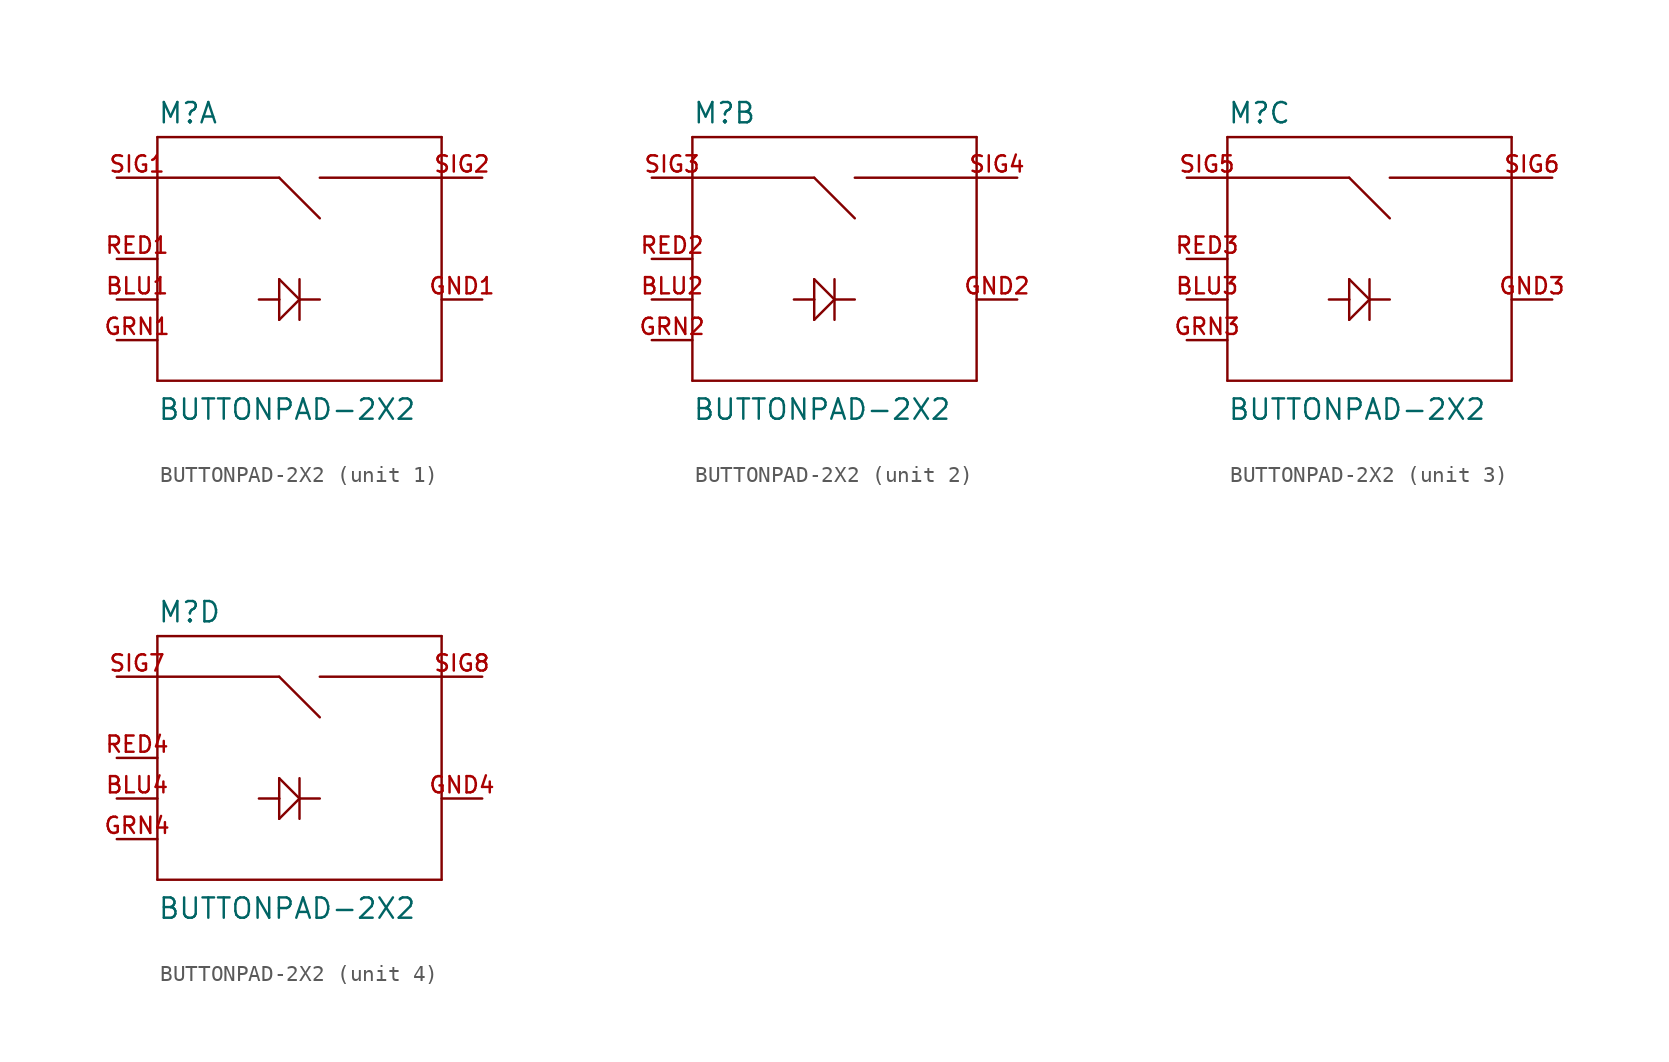
<source format=kicad_sym>
(kicad_symbol_lib
  (version 20211014)
  (generator kicad_symbol_editor)
  (symbol "BUTTONPAD-2X2"
    (pin_names
      (offset 1.016) hide)
    (property "Reference" "M"
      (at -7.62 8.382 0)
      (effects (font (size 1.27 1.27)) (justify left bottom)))
    (property "Value" "BUTTONPAD-2X2"
      (at -7.62 -10.16 0)
      (effects (font (size 1.27 1.27)) (justify left bottom)))
    (property "ki_locked" ""
      (at 0 0 0)
      (effects (font (size 1.27 1.27))))
    (symbol "BUTTONPAD-2X2_1_0"
      (polyline (pts (xy -7.62 -7.62) (xy -7.62 5.08)) (stroke (width 0) (type default) (color 0 0 0 0)) (fill (type none)))
      (polyline (pts (xy -7.62 5.08) (xy -7.62 7.62)) (stroke (width 0) (type default) (color 0 0 0 0)) (fill (type none)))
      (polyline (pts (xy -7.62 5.08) (xy 0 5.08)) (stroke (width 0) (type default) (color 0 0 0 0)) (fill (type none)))
      (polyline (pts (xy -7.62 7.62) (xy 10.16 7.62)) (stroke (width 0) (type default) (color 0 0 0 0)) (fill (type none)))
      (polyline (pts (xy 0 -3.81) (xy 1.27 -2.54)) (stroke (width 0) (type default) (color 0 0 0 0)) (fill (type none)))
      (polyline (pts (xy 0 -2.54) (xy -1.27 -2.54)) (stroke (width 0) (type default) (color 0 0 0 0)) (fill (type none)))
      (polyline (pts (xy 0 -2.54) (xy 0 -3.81)) (stroke (width 0) (type default) (color 0 0 0 0)) (fill (type none)))
      (polyline (pts (xy 0 -1.27) (xy 0 -2.54)) (stroke (width 0) (type default) (color 0 0 0 0)) (fill (type none)))
      (polyline (pts (xy 0 5.08) (xy 2.54 2.54)) (stroke (width 0) (type default) (color 0 0 0 0)) (fill (type none)))
      (polyline (pts (xy 1.27 -2.54) (xy 0 -1.27)) (stroke (width 0) (type default) (color 0 0 0 0)) (fill (type none)))
      (polyline (pts (xy 1.27 -2.54) (xy 1.27 -3.81)) (stroke (width 0) (type default) (color 0 0 0 0)) (fill (type none)))
      (polyline (pts (xy 1.27 -2.54) (xy 2.54 -2.54)) (stroke (width 0) (type default) (color 0 0 0 0)) (fill (type none)))
      (polyline (pts (xy 1.27 -1.27) (xy 1.27 -2.54)) (stroke (width 0) (type default) (color 0 0 0 0)) (fill (type none)))
      (polyline (pts (xy 2.54 5.08) (xy 10.16 5.08)) (stroke (width 0) (type default) (color 0 0 0 0)) (fill (type none)))
      (polyline (pts (xy 10.16 -7.62) (xy -7.62 -7.62)) (stroke (width 0) (type default) (color 0 0 0 0)) (fill (type none)))
      (polyline (pts (xy 10.16 5.08) (xy 10.16 -7.62)) (stroke (width 0) (type default) (color 0 0 0 0)) (fill (type none)))
      (polyline (pts (xy 10.16 7.62) (xy 10.16 5.08)) (stroke (width 0) (type default) (color 0 0 0 0)) (fill (type none))))
    (symbol "BUTTONPAD-2X2_1_1"
      (pin bidirectional line (at -10.16 -2.54 0) (length 2.54) (name "BLU" (effects (font (size 1.016 1.016)))) (number "BLU1" (effects (font (size 1.016 1.016)))))
      (pin bidirectional line (at 12.7 -2.54 180) (length 2.54) (name "GND" (effects (font (size 1.016 1.016)))) (number "GND1" (effects (font (size 1.016 1.016)))))
      (pin bidirectional line (at -10.16 -5.08 0) (length 2.54) (name "GRN" (effects (font (size 1.016 1.016)))) (number "GRN1" (effects (font (size 1.016 1.016)))))
      (pin bidirectional line (at -10.16 0 0) (length 2.54) (name "RED" (effects (font (size 1.016 1.016)))) (number "RED1" (effects (font (size 1.016 1.016)))))
      (pin bidirectional line (at -10.16 5.08 0) (length 2.54) (name "SIG1" (effects (font (size 1.016 1.016)))) (number "SIG1" (effects (font (size 1.016 1.016)))))
      (pin bidirectional line (at 12.7 5.08 180) (length 2.54) (name "SIG2" (effects (font (size 1.016 1.016)))) (number "SIG2" (effects (font (size 1.016 1.016))))))
    (symbol "BUTTONPAD-2X2_2_0"
      (polyline (pts (xy -7.62 -7.62) (xy -7.62 5.08)) (stroke (width 0) (type default) (color 0 0 0 0)) (fill (type none)))
      (polyline (pts (xy -7.62 5.08) (xy -7.62 7.62)) (stroke (width 0) (type default) (color 0 0 0 0)) (fill (type none)))
      (polyline (pts (xy -7.62 5.08) (xy 0 5.08)) (stroke (width 0) (type default) (color 0 0 0 0)) (fill (type none)))
      (polyline (pts (xy -7.62 7.62) (xy 10.16 7.62)) (stroke (width 0) (type default) (color 0 0 0 0)) (fill (type none)))
      (polyline (pts (xy 0 -3.81) (xy 1.27 -2.54)) (stroke (width 0) (type default) (color 0 0 0 0)) (fill (type none)))
      (polyline (pts (xy 0 -2.54) (xy -1.27 -2.54)) (stroke (width 0) (type default) (color 0 0 0 0)) (fill (type none)))
      (polyline (pts (xy 0 -2.54) (xy 0 -3.81)) (stroke (width 0) (type default) (color 0 0 0 0)) (fill (type none)))
      (polyline (pts (xy 0 -1.27) (xy 0 -2.54)) (stroke (width 0) (type default) (color 0 0 0 0)) (fill (type none)))
      (polyline (pts (xy 0 5.08) (xy 2.54 2.54)) (stroke (width 0) (type default) (color 0 0 0 0)) (fill (type none)))
      (polyline (pts (xy 1.27 -2.54) (xy 0 -1.27)) (stroke (width 0) (type default) (color 0 0 0 0)) (fill (type none)))
      (polyline (pts (xy 1.27 -2.54) (xy 1.27 -3.81)) (stroke (width 0) (type default) (color 0 0 0 0)) (fill (type none)))
      (polyline (pts (xy 1.27 -2.54) (xy 2.54 -2.54)) (stroke (width 0) (type default) (color 0 0 0 0)) (fill (type none)))
      (polyline (pts (xy 1.27 -1.27) (xy 1.27 -2.54)) (stroke (width 0) (type default) (color 0 0 0 0)) (fill (type none)))
      (polyline (pts (xy 2.54 5.08) (xy 10.16 5.08)) (stroke (width 0) (type default) (color 0 0 0 0)) (fill (type none)))
      (polyline (pts (xy 10.16 -7.62) (xy -7.62 -7.62)) (stroke (width 0) (type default) (color 0 0 0 0)) (fill (type none)))
      (polyline (pts (xy 10.16 5.08) (xy 10.16 -7.62)) (stroke (width 0) (type default) (color 0 0 0 0)) (fill (type none)))
      (polyline (pts (xy 10.16 7.62) (xy 10.16 5.08)) (stroke (width 0) (type default) (color 0 0 0 0)) (fill (type none))))
    (symbol "BUTTONPAD-2X2_2_1"
      (pin bidirectional line (at -10.16 -2.54 0) (length 2.54) (name "BLU" (effects (font (size 1.016 1.016)))) (number "BLU2" (effects (font (size 1.016 1.016)))))
      (pin bidirectional line (at 12.7 -2.54 180) (length 2.54) (name "GND" (effects (font (size 1.016 1.016)))) (number "GND2" (effects (font (size 1.016 1.016)))))
      (pin bidirectional line (at -10.16 -5.08 0) (length 2.54) (name "GRN" (effects (font (size 1.016 1.016)))) (number "GRN2" (effects (font (size 1.016 1.016)))))
      (pin bidirectional line (at -10.16 0 0) (length 2.54) (name "RED" (effects (font (size 1.016 1.016)))) (number "RED2" (effects (font (size 1.016 1.016)))))
      (pin bidirectional line (at -10.16 5.08 0) (length 2.54) (name "SIG1" (effects (font (size 1.016 1.016)))) (number "SIG3" (effects (font (size 1.016 1.016)))))
      (pin bidirectional line (at 12.7 5.08 180) (length 2.54) (name "SIG2" (effects (font (size 1.016 1.016)))) (number "SIG4" (effects (font (size 1.016 1.016))))))
    (symbol "BUTTONPAD-2X2_3_0"
      (polyline (pts (xy -7.62 -7.62) (xy -7.62 5.08)) (stroke (width 0) (type default) (color 0 0 0 0)) (fill (type none)))
      (polyline (pts (xy -7.62 5.08) (xy -7.62 7.62)) (stroke (width 0) (type default) (color 0 0 0 0)) (fill (type none)))
      (polyline (pts (xy -7.62 5.08) (xy 0 5.08)) (stroke (width 0) (type default) (color 0 0 0 0)) (fill (type none)))
      (polyline (pts (xy -7.62 7.62) (xy 10.16 7.62)) (stroke (width 0) (type default) (color 0 0 0 0)) (fill (type none)))
      (polyline (pts (xy 0 -3.81) (xy 1.27 -2.54)) (stroke (width 0) (type default) (color 0 0 0 0)) (fill (type none)))
      (polyline (pts (xy 0 -2.54) (xy -1.27 -2.54)) (stroke (width 0) (type default) (color 0 0 0 0)) (fill (type none)))
      (polyline (pts (xy 0 -2.54) (xy 0 -3.81)) (stroke (width 0) (type default) (color 0 0 0 0)) (fill (type none)))
      (polyline (pts (xy 0 -1.27) (xy 0 -2.54)) (stroke (width 0) (type default) (color 0 0 0 0)) (fill (type none)))
      (polyline (pts (xy 0 5.08) (xy 2.54 2.54)) (stroke (width 0) (type default) (color 0 0 0 0)) (fill (type none)))
      (polyline (pts (xy 1.27 -2.54) (xy 0 -1.27)) (stroke (width 0) (type default) (color 0 0 0 0)) (fill (type none)))
      (polyline (pts (xy 1.27 -2.54) (xy 1.27 -3.81)) (stroke (width 0) (type default) (color 0 0 0 0)) (fill (type none)))
      (polyline (pts (xy 1.27 -2.54) (xy 2.54 -2.54)) (stroke (width 0) (type default) (color 0 0 0 0)) (fill (type none)))
      (polyline (pts (xy 1.27 -1.27) (xy 1.27 -2.54)) (stroke (width 0) (type default) (color 0 0 0 0)) (fill (type none)))
      (polyline (pts (xy 2.54 5.08) (xy 10.16 5.08)) (stroke (width 0) (type default) (color 0 0 0 0)) (fill (type none)))
      (polyline (pts (xy 10.16 -7.62) (xy -7.62 -7.62)) (stroke (width 0) (type default) (color 0 0 0 0)) (fill (type none)))
      (polyline (pts (xy 10.16 5.08) (xy 10.16 -7.62)) (stroke (width 0) (type default) (color 0 0 0 0)) (fill (type none)))
      (polyline (pts (xy 10.16 7.62) (xy 10.16 5.08)) (stroke (width 0) (type default) (color 0 0 0 0)) (fill (type none))))
    (symbol "BUTTONPAD-2X2_3_1"
      (pin bidirectional line (at -10.16 -2.54 0) (length 2.54) (name "BLU" (effects (font (size 1.016 1.016)))) (number "BLU3" (effects (font (size 1.016 1.016)))))
      (pin bidirectional line (at 12.7 -2.54 180) (length 2.54) (name "GND" (effects (font (size 1.016 1.016)))) (number "GND3" (effects (font (size 1.016 1.016)))))
      (pin bidirectional line (at -10.16 -5.08 0) (length 2.54) (name "GRN" (effects (font (size 1.016 1.016)))) (number "GRN3" (effects (font (size 1.016 1.016)))))
      (pin bidirectional line (at -10.16 0 0) (length 2.54) (name "RED" (effects (font (size 1.016 1.016)))) (number "RED3" (effects (font (size 1.016 1.016)))))
      (pin bidirectional line (at -10.16 5.08 0) (length 2.54) (name "SIG1" (effects (font (size 1.016 1.016)))) (number "SIG5" (effects (font (size 1.016 1.016)))))
      (pin bidirectional line (at 12.7 5.08 180) (length 2.54) (name "SIG2" (effects (font (size 1.016 1.016)))) (number "SIG6" (effects (font (size 1.016 1.016))))))
    (symbol "BUTTONPAD-2X2_4_0"
      (polyline (pts (xy -7.62 -7.62) (xy -7.62 5.08)) (stroke (width 0) (type default) (color 0 0 0 0)) (fill (type none)))
      (polyline (pts (xy -7.62 5.08) (xy -7.62 7.62)) (stroke (width 0) (type default) (color 0 0 0 0)) (fill (type none)))
      (polyline (pts (xy -7.62 5.08) (xy 0 5.08)) (stroke (width 0) (type default) (color 0 0 0 0)) (fill (type none)))
      (polyline (pts (xy -7.62 7.62) (xy 10.16 7.62)) (stroke (width 0) (type default) (color 0 0 0 0)) (fill (type none)))
      (polyline (pts (xy 0 -3.81) (xy 1.27 -2.54)) (stroke (width 0) (type default) (color 0 0 0 0)) (fill (type none)))
      (polyline (pts (xy 0 -2.54) (xy -1.27 -2.54)) (stroke (width 0) (type default) (color 0 0 0 0)) (fill (type none)))
      (polyline (pts (xy 0 -2.54) (xy 0 -3.81)) (stroke (width 0) (type default) (color 0 0 0 0)) (fill (type none)))
      (polyline (pts (xy 0 -1.27) (xy 0 -2.54)) (stroke (width 0) (type default) (color 0 0 0 0)) (fill (type none)))
      (polyline (pts (xy 0 5.08) (xy 2.54 2.54)) (stroke (width 0) (type default) (color 0 0 0 0)) (fill (type none)))
      (polyline (pts (xy 1.27 -2.54) (xy 0 -1.27)) (stroke (width 0) (type default) (color 0 0 0 0)) (fill (type none)))
      (polyline (pts (xy 1.27 -2.54) (xy 1.27 -3.81)) (stroke (width 0) (type default) (color 0 0 0 0)) (fill (type none)))
      (polyline (pts (xy 1.27 -2.54) (xy 2.54 -2.54)) (stroke (width 0) (type default) (color 0 0 0 0)) (fill (type none)))
      (polyline (pts (xy 1.27 -1.27) (xy 1.27 -2.54)) (stroke (width 0) (type default) (color 0 0 0 0)) (fill (type none)))
      (polyline (pts (xy 2.54 5.08) (xy 10.16 5.08)) (stroke (width 0) (type default) (color 0 0 0 0)) (fill (type none)))
      (polyline (pts (xy 10.16 -7.62) (xy -7.62 -7.62)) (stroke (width 0) (type default) (color 0 0 0 0)) (fill (type none)))
      (polyline (pts (xy 10.16 5.08) (xy 10.16 -7.62)) (stroke (width 0) (type default) (color 0 0 0 0)) (fill (type none)))
      (polyline (pts (xy 10.16 7.62) (xy 10.16 5.08)) (stroke (width 0) (type default) (color 0 0 0 0)) (fill (type none))))
    (symbol "BUTTONPAD-2X2_4_1"
      (pin bidirectional line (at -10.16 -2.54 0) (length 2.54) (name "BLU" (effects (font (size 1.016 1.016)))) (number "BLU4" (effects (font (size 1.016 1.016)))))
      (pin bidirectional line (at 12.7 -2.54 180) (length 2.54) (name "GND" (effects (font (size 1.016 1.016)))) (number "GND4" (effects (font (size 1.016 1.016)))))
      (pin bidirectional line (at -10.16 -5.08 0) (length 2.54) (name "GRN" (effects (font (size 1.016 1.016)))) (number "GRN4" (effects (font (size 1.016 1.016)))))
      (pin bidirectional line (at -10.16 0 0) (length 2.54) (name "RED" (effects (font (size 1.016 1.016)))) (number "RED4" (effects (font (size 1.016 1.016)))))
      (pin bidirectional line (at -10.16 5.08 0) (length 2.54) (name "SIG1" (effects (font (size 1.016 1.016)))) (number "SIG7" (effects (font (size 1.016 1.016)))))
      (pin bidirectional line (at 12.7 5.08 180) (length 2.54) (name "SIG2" (effects (font (size 1.016 1.016)))) (number "SIG8" (effects (font (size 1.016 1.016))))))))
</source>
